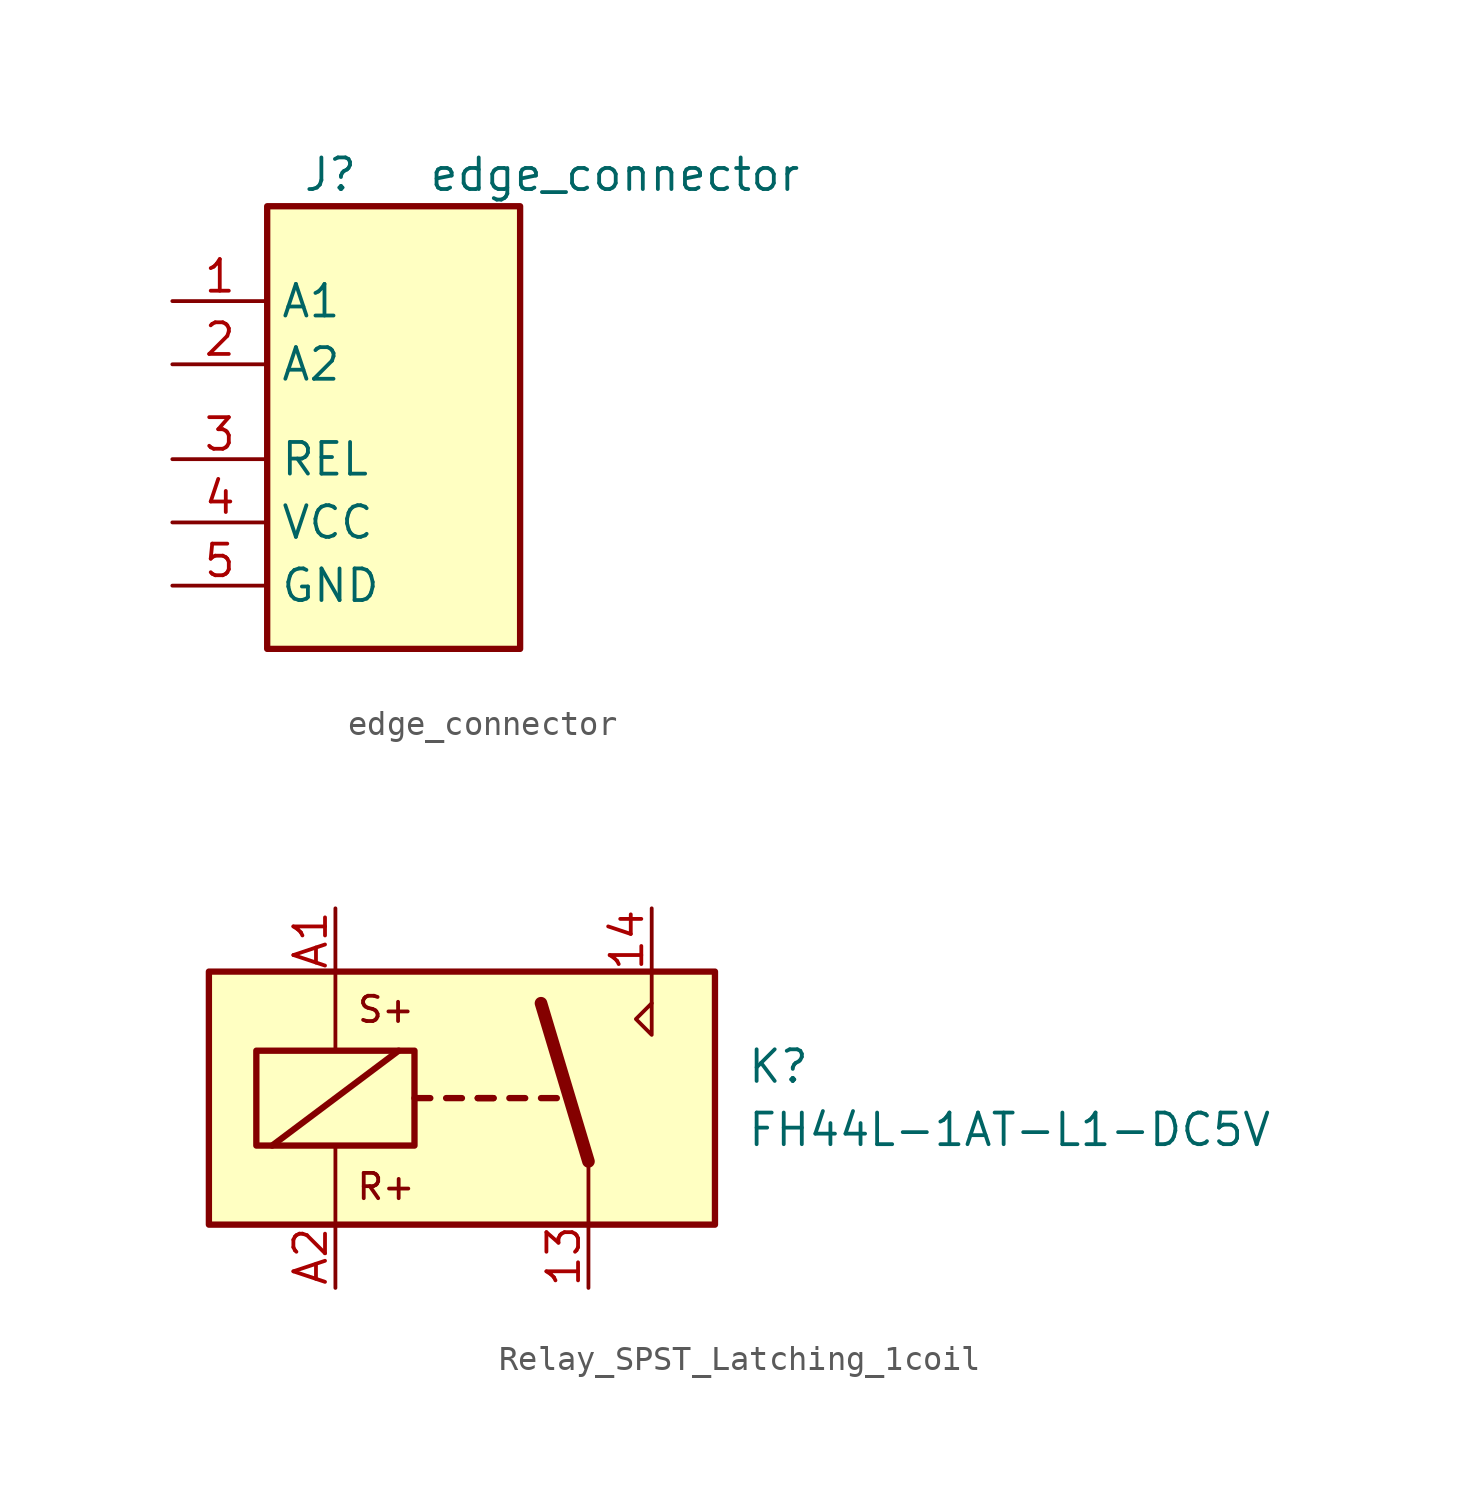
<source format=kicad_sym>
(kicad_symbol_lib
  (version 20231120)
  (generator "kicad_symbol_editor")
  (generator_version "8.0")
  (symbol "edge_connector"
    (property "Reference" "J"
      (at -2.54 10.16 0)
      (effects (font (size 1.27 1.27))))
    (property "Value" "edge_connector"
      (at 8.89 10.16 0)
      (effects (font (size 1.27 1.27))))
    (symbol "edge_connector_0_1"
      (rectangle (start -5.08 8.89) (end 5.08 -8.89) (stroke (width 0.254) (type default)) (fill (type background))))
    (symbol "edge_connector_1_1"
      (pin bidirectional line (at -8.89 5.08 0) (length 3.81) (name "A1" (effects (font (size 1.27 1.27)))) (number "1" (effects (font (size 1.27 1.27)))))
      (pin bidirectional line (at -8.89 2.54 0) (length 3.81) (name "A2" (effects (font (size 1.27 1.27)))) (number "2" (effects (font (size 1.27 1.27)))))
      (pin output line (at -8.89 -1.27 0) (length 3.81) (name "REL" (effects (font (size 1.27 1.27)))) (number "3" (effects (font (size 1.27 1.27)))))
      (pin power_in line (at -8.89 -3.81 0) (length 3.81) (name "VCC" (effects (font (size 1.27 1.27)))) (number "4" (effects (font (size 1.27 1.27)))))
      (pin power_in line (at -8.89 -6.35 0) (length 3.81) (name "GND" (effects (font (size 1.27 1.27)))) (number "5" (effects (font (size 1.27 1.27)))))))
  (symbol "Relay_SPST_Latching_1coil"
    (property "Reference" "K"
      (at 11.43 1.27 0)
      (effects (font (size 1.27 1.27)) (justify left)))
    (property "Value" "FH44L-1AT-L1-DC5V"
      (at 11.43 -1.27 0)
      (effects (font (size 1.27 1.27)) (justify left)))
    (symbol "Relay_SPST_Latching_1coil_1_1"
      (rectangle (start -10.16 5.08) (end 10.16 -5.08) (stroke (width 0.254) (type default)) (fill (type background)))
      (rectangle (start -8.255 1.905) (end -1.905 -1.905) (stroke (width 0.254) (type default)) (fill (type none)))
      (polyline (pts (xy -7.62 -1.905) (xy -2.54 1.905)) (stroke (width 0.254) (type default)) (fill (type none)))
      (polyline (pts (xy -5.08 -5.08) (xy -5.08 -1.905)) (stroke (width 0) (type default)) (fill (type none)))
      (polyline (pts (xy -5.08 5.08) (xy -5.08 1.905)) (stroke (width 0) (type default)) (fill (type none)))
      (polyline (pts (xy -1.905 0) (xy -1.27 0)) (stroke (width 0.254) (type default)) (fill (type none)))
      (polyline (pts (xy -0.635 0) (xy 0 0)) (stroke (width 0.254) (type default)) (fill (type none)))
      (polyline (pts (xy 0.635 0) (xy 1.27 0)) (stroke (width 0.254) (type default)) (fill (type none)))
      (polyline (pts (xy 0.635 0) (xy 1.27 0)) (stroke (width 0.254) (type default)) (fill (type none)))
      (polyline (pts (xy 1.905 0) (xy 2.54 0)) (stroke (width 0.254) (type default)) (fill (type none)))
      (polyline (pts (xy 3.175 0) (xy 3.81 0)) (stroke (width 0.254) (type default)) (fill (type none)))
      (polyline (pts (xy 5.08 -2.54) (xy 3.175 3.81)) (stroke (width 0.508) (type default)) (fill (type none)))
      (polyline (pts (xy 5.08 -2.54) (xy 5.08 -5.08)) (stroke (width 0) (type default)) (fill (type none)))
      (polyline (pts (xy 7.62 3.81) (xy 7.62 5.08)) (stroke (width 0) (type default)) (fill (type none)))
      (polyline (pts (xy 7.62 3.81) (xy 7.62 2.54) (xy 6.985 3.175) (xy 7.62 3.81)) (stroke (width 0) (type default)) (fill (type none)))
      (text "R+" (at -3.048 -3.556 0) (effects (font (size 1.016 1.016))))
      (text "S+" (at -3.048 3.556 0) (effects (font (size 1.016 1.016))))
      (pin passive line (at 5.08 -7.62 90) (length 2.54) (name "~" (effects (font (size 1.27 1.27)))) (number "13" (effects (font (size 1.27 1.27)))))
      (pin passive line (at 7.62 7.62 270) (length 2.54) (name "~" (effects (font (size 1.27 1.27)))) (number "14" (effects (font (size 1.27 1.27)))))
      (pin passive line (at -5.08 7.62 270) (length 2.54) (name "~" (effects (font (size 1.27 1.27)))) (number "A1" (effects (font (size 1.27 1.27)))))
      (pin passive line (at -5.08 -7.62 90) (length 2.54) (name "~" (effects (font (size 1.27 1.27)))) (number "A2" (effects (font (size 1.27 1.27))))))))
</source>
